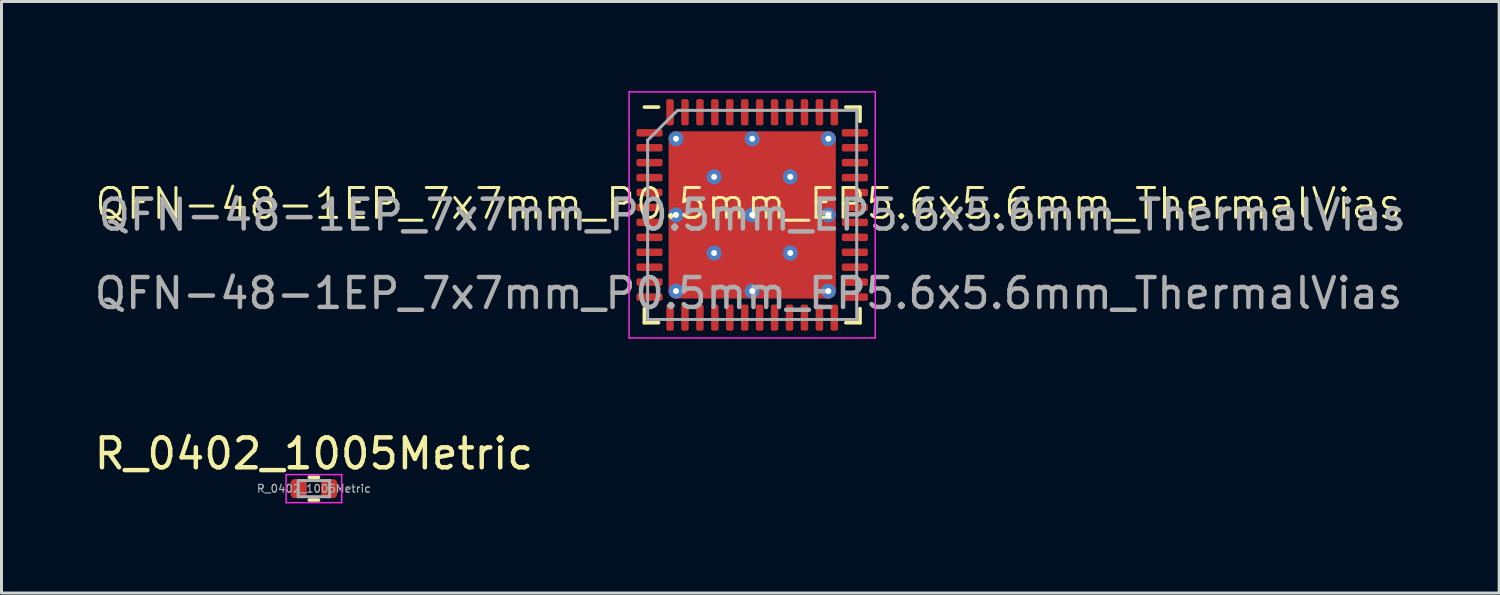
<source format=kicad_pcb>
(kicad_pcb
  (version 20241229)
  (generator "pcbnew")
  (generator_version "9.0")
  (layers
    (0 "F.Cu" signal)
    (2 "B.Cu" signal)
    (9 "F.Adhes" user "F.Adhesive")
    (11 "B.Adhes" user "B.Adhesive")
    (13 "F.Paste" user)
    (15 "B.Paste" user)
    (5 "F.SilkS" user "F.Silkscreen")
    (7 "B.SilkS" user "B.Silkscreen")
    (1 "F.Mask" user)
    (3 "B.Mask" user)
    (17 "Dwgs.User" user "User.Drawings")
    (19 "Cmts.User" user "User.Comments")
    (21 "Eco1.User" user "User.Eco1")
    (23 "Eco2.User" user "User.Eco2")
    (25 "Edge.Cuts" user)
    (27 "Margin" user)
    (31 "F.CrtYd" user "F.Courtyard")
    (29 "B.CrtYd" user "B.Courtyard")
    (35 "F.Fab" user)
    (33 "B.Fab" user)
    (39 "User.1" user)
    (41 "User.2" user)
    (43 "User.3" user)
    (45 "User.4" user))
  (footprint "QFN-48-1EP_7x7mm_P0.5mm_EP5.6x5.6mm_ThermalVias"
    (layer "F.Cu")
    (at 22.006 4.27)
    (property "Reference" "QFN-48-1EP_7x7mm_P0.5mm_EP5.6x5.6mm_ThermalVias" (at 0 -0.5 0) (unlocked yes) (layer "F.SilkS") (effects (font (size 1 1) (thickness 0.1))))
    (attr smd)
    (fp_line (start -3.485 3.485) (end -3.485 3.01) (stroke (width 0.12) (type solid)) (layer "F.SilkS"))
    (fp_line (start -3.01 -3.735) (end -3.485 -3.735) (stroke (width 0.12) (type solid)) (layer "F.SilkS"))
    (fp_line (start -3.01 3.485) (end -3.485 3.485) (stroke (width 0.12) (type solid)) (layer "F.SilkS"))
    (fp_line (start 3.26 -3.735) (end 3.735 -3.735) (stroke (width 0.12) (type solid)) (layer "F.SilkS"))
    (fp_line (start 3.26 3.485) (end 3.735 3.485) (stroke (width 0.12) (type solid)) (layer "F.SilkS"))
    (fp_line (start 3.735 -3.735) (end 3.735 -3.26) (stroke (width 0.12) (type solid)) (layer "F.SilkS"))
    (fp_line (start 3.735 3.485) (end 3.735 3.01) (stroke (width 0.12) (type solid)) (layer "F.SilkS"))
    (fp_line (start -3.995 -4.245) (end -3.995 3.995) (stroke (width 0.05) (type solid)) (layer "F.CrtYd"))
    (fp_line (start -3.995 3.995) (end 4.245 3.995) (stroke (width 0.05) (type solid)) (layer "F.CrtYd"))
    (fp_line (start 4.245 -4.245) (end -3.995 -4.245) (stroke (width 0.05) (type solid)) (layer "F.CrtYd"))
    (fp_line (start 4.245 3.995) (end 4.245 -4.245) (stroke (width 0.05) (type solid)) (layer "F.CrtYd"))
    (fp_line (start -3.375 -2.625) (end -2.375 -3.625) (stroke (width 0.1) (type solid)) (layer "F.Fab"))
    (fp_line (start -3.375 3.375) (end -3.375 -2.625) (stroke (width 0.1) (type solid)) (layer "F.Fab"))
    (fp_line (start -2.375 -3.625) (end 3.625 -3.625) (stroke (width 0.1) (type solid)) (layer "F.Fab"))
    (fp_line (start 3.625 -3.625) (end 3.625 3.375) (stroke (width 0.1) (type solid)) (layer "F.Fab"))
    (fp_line (start 3.625 3.375) (end -3.375 3.375) (stroke (width 0.1) (type solid)) (layer "F.Fab"))
    (fp_text user "${REFERENCE}" (at 0 2.5 0) (unlocked yes) (layer "F.Fab") (effects (font (size 1 1) (thickness 0.15))))
    (fp_text user "${REFERENCE}" (at 0.125 -0.125 0) (layer "F.Fab") (effects (font (size 1 1) (thickness 0.15))))
    (pad "" smd roundrect (at -1.788 -2.038) (size 1.084 1.084) (layers "F.Paste") (roundrect_rratio 0.231))
    (pad "" smd roundrect (at -1.788 -0.762) (size 1.084 1.084) (layers "F.Paste") (roundrect_rratio 0.231))
    (pad "" smd roundrect (at -1.788 0.512) (size 1.084 1.084) (layers "F.Paste") (roundrect_rratio 0.231))
    (pad "" smd roundrect (at -1.788 1.788) (size 1.084 1.084) (layers "F.Paste") (roundrect_rratio 0.231))
    (pad "" smd roundrect (at -0.512 -2.038) (size 1.084 1.084) (layers "F.Paste") (roundrect_rratio 0.231))
    (pad "" smd roundrect (at -0.512 -0.762) (size 1.084 1.084) (layers "F.Paste") (roundrect_rratio 0.231))
    (pad "" smd roundrect (at -0.512 0.512) (size 1.084 1.084) (layers "F.Paste") (roundrect_rratio 0.231))
    (pad "" smd roundrect (at -0.512 1.788) (size 1.084 1.084) (layers "F.Paste") (roundrect_rratio 0.231))
    (pad "" smd roundrect (at 0.762 -2.038) (size 1.084 1.084) (layers "F.Paste") (roundrect_rratio 0.231))
    (pad "" smd roundrect (at 0.762 -0.762) (size 1.084 1.084) (layers "F.Paste") (roundrect_rratio 0.231))
    (pad "" smd roundrect (at 0.762 0.512) (size 1.084 1.084) (layers "F.Paste") (roundrect_rratio 0.231))
    (pad "" smd roundrect (at 0.762 1.788) (size 1.084 1.084) (layers "F.Paste") (roundrect_rratio 0.231))
    (pad "" smd roundrect (at 2.038 -2.038) (size 1.084 1.084) (layers "F.Paste") (roundrect_rratio 0.231))
    (pad "" smd roundrect (at 2.038 -0.762) (size 1.084 1.084) (layers "F.Paste") (roundrect_rratio 0.231))
    (pad "" smd roundrect (at 2.038 0.512) (size 1.084 1.084) (layers "F.Paste") (roundrect_rratio 0.231))
    (pad "" smd roundrect (at 2.038 1.788) (size 1.084 1.084) (layers "F.Paste") (roundrect_rratio 0.231))
    (pad "1" smd roundrect (at -3.312 -2.875) (size 0.875 0.25) (layers "F.Cu" "F.Mask" "F.Paste") (roundrect_rratio 0.25))
    (pad "2" smd roundrect (at -3.312 -2.375) (size 0.875 0.25) (layers "F.Cu" "F.Mask" "F.Paste") (roundrect_rratio 0.25))
    (pad "3" smd roundrect (at -3.312 -1.875) (size 0.875 0.25) (layers "F.Cu" "F.Mask" "F.Paste") (roundrect_rratio 0.25))
    (pad "4" smd roundrect (at -3.312 -1.375) (size 0.875 0.25) (layers "F.Cu" "F.Mask" "F.Paste") (roundrect_rratio 0.25))
    (pad "5" smd roundrect (at -3.312 -0.875) (size 0.875 0.25) (layers "F.Cu" "F.Mask" "F.Paste") (roundrect_rratio 0.25))
    (pad "6" smd roundrect (at -3.312 -0.375) (size 0.875 0.25) (layers "F.Cu" "F.Mask" "F.Paste") (roundrect_rratio 0.25))
    (pad "7" smd roundrect (at -3.312 0.125) (size 0.875 0.25) (layers "F.Cu" "F.Mask" "F.Paste") (roundrect_rratio 0.25))
    (pad "8" smd roundrect (at -3.312 0.625) (size 0.875 0.25) (layers "F.Cu" "F.Mask" "F.Paste") (roundrect_rratio 0.25))
    (pad "9" smd roundrect (at -3.312 1.125) (size 0.875 0.25) (layers "F.Cu" "F.Mask" "F.Paste") (roundrect_rratio 0.25))
    (pad "10" smd roundrect (at -3.312 1.625) (size 0.875 0.25) (layers "F.Cu" "F.Mask" "F.Paste") (roundrect_rratio 0.25))
    (pad "11" smd roundrect (at -3.312 2.125) (size 0.875 0.25) (layers "F.Cu" "F.Mask" "F.Paste") (roundrect_rratio 0.25))
    (pad "12" smd roundrect (at -3.312 2.625) (size 0.875 0.25) (layers "F.Cu" "F.Mask" "F.Paste") (roundrect_rratio 0.25))
    (pad "13" smd roundrect (at -2.625 3.312) (size 0.25 0.875) (layers "F.Cu" "F.Mask" "F.Paste") (roundrect_rratio 0.25))
    (pad "14" smd roundrect (at -2.125 3.312) (size 0.25 0.875) (layers "F.Cu" "F.Mask" "F.Paste") (roundrect_rratio 0.25))
    (pad "15" smd roundrect (at -1.625 3.312) (size 0.25 0.875) (layers "F.Cu" "F.Mask" "F.Paste") (roundrect_rratio 0.25))
    (pad "16" smd roundrect (at -1.125 3.312) (size 0.25 0.875) (layers "F.Cu" "F.Mask" "F.Paste") (roundrect_rratio 0.25))
    (pad "17" smd roundrect (at -0.625 3.312) (size 0.25 0.875) (layers "F.Cu" "F.Mask" "F.Paste") (roundrect_rratio 0.25))
    (pad "18" smd roundrect (at -0.125 3.312) (size 0.25 0.875) (layers "F.Cu" "F.Mask" "F.Paste") (roundrect_rratio 0.25))
    (pad "19" smd roundrect (at 0.375 3.312) (size 0.25 0.875) (layers "F.Cu" "F.Mask" "F.Paste") (roundrect_rratio 0.25))
    (pad "20" smd roundrect (at 0.875 3.312) (size 0.25 0.875) (layers "F.Cu" "F.Mask" "F.Paste") (roundrect_rratio 0.25))
    (pad "21" smd roundrect (at 1.375 3.312) (size 0.25 0.875) (layers "F.Cu" "F.Mask" "F.Paste") (roundrect_rratio 0.25))
    (pad "22" smd roundrect (at 1.875 3.312) (size 0.25 0.875) (layers "F.Cu" "F.Mask" "F.Paste") (roundrect_rratio 0.25))
    (pad "23" smd roundrect (at 2.375 3.312) (size 0.25 0.875) (layers "F.Cu" "F.Mask" "F.Paste") (roundrect_rratio 0.25))
    (pad "24" smd roundrect (at 2.875 3.312) (size 0.25 0.875) (layers "F.Cu" "F.Mask" "F.Paste") (roundrect_rratio 0.25))
    (pad "25" smd roundrect (at 3.562 2.625) (size 0.875 0.25) (layers "F.Cu" "F.Mask" "F.Paste") (roundrect_rratio 0.25))
    (pad "26" smd roundrect (at 3.562 2.125) (size 0.875 0.25) (layers "F.Cu" "F.Mask" "F.Paste") (roundrect_rratio 0.25))
    (pad "27" smd roundrect (at 3.562 1.625) (size 0.875 0.25) (layers "F.Cu" "F.Mask" "F.Paste") (roundrect_rratio 0.25))
    (pad "28" smd roundrect (at 3.562 1.125) (size 0.875 0.25) (layers "F.Cu" "F.Mask" "F.Paste") (roundrect_rratio 0.25))
    (pad "29" smd roundrect (at 3.562 0.625) (size 0.875 0.25) (layers "F.Cu" "F.Mask" "F.Paste") (roundrect_rratio 0.25))
    (pad "30" smd roundrect (at 3.562 0.125) (size 0.875 0.25) (layers "F.Cu" "F.Mask" "F.Paste") (roundrect_rratio 0.25))
    (pad "31" smd roundrect (at 3.562 -0.375) (size 0.875 0.25) (layers "F.Cu" "F.Mask" "F.Paste") (roundrect_rratio 0.25))
    (pad "32" smd roundrect (at 3.562 -0.875) (size 0.875 0.25) (layers "F.Cu" "F.Mask" "F.Paste") (roundrect_rratio 0.25))
    (pad "33" smd roundrect (at 3.562 -1.375) (size 0.875 0.25) (layers "F.Cu" "F.Mask" "F.Paste") (roundrect_rratio 0.25))
    (pad "34" smd roundrect (at 3.562 -1.875) (size 0.875 0.25) (layers "F.Cu" "F.Mask" "F.Paste") (roundrect_rratio 0.25))
    (pad "35" smd roundrect (at 3.562 -2.375) (size 0.875 0.25) (layers "F.Cu" "F.Mask" "F.Paste") (roundrect_rratio 0.25))
    (pad "36" smd roundrect (at 3.562 -2.875) (size 0.875 0.25) (layers "F.Cu" "F.Mask" "F.Paste") (roundrect_rratio 0.25))
    (pad "37" smd roundrect (at 2.875 -3.562) (size 0.25 0.875) (layers "F.Cu" "F.Mask" "F.Paste") (roundrect_rratio 0.25))
    (pad "38" smd roundrect (at 2.375 -3.562) (size 0.25 0.875) (layers "F.Cu" "F.Mask" "F.Paste") (roundrect_rratio 0.25))
    (pad "39" smd roundrect (at 1.875 -3.562) (size 0.25 0.875) (layers "F.Cu" "F.Mask" "F.Paste") (roundrect_rratio 0.25))
    (pad "40" smd roundrect (at 1.375 -3.562) (size 0.25 0.875) (layers "F.Cu" "F.Mask" "F.Paste") (roundrect_rratio 0.25))
    (pad "41" smd roundrect (at 0.875 -3.562) (size 0.25 0.875) (layers "F.Cu" "F.Mask" "F.Paste") (roundrect_rratio 0.25))
    (pad "42" smd roundrect (at 0.375 -3.562) (size 0.25 0.875) (layers "F.Cu" "F.Mask" "F.Paste") (roundrect_rratio 0.25))
    (pad "43" smd roundrect (at -0.125 -3.562) (size 0.25 0.875) (layers "F.Cu" "F.Mask" "F.Paste") (roundrect_rratio 0.25))
    (pad "44" smd roundrect (at -0.625 -3.562) (size 0.25 0.875) (layers "F.Cu" "F.Mask" "F.Paste") (roundrect_rratio 0.25))
    (pad "45" smd roundrect (at -1.125 -3.562) (size 0.25 0.875) (layers "F.Cu" "F.Mask" "F.Paste") (roundrect_rratio 0.25))
    (pad "46" smd roundrect (at -1.625 -3.562) (size 0.25 0.875) (layers "F.Cu" "F.Mask" "F.Paste") (roundrect_rratio 0.25))
    (pad "47" smd roundrect (at -2.125 -3.562) (size 0.25 0.875) (layers "F.Cu" "F.Mask" "F.Paste") (roundrect_rratio 0.25))
    (pad "48" smd roundrect (at -2.625 -3.562) (size 0.25 0.875) (layers "F.Cu" "F.Mask" "F.Paste") (roundrect_rratio 0.25))
    (pad "49" thru_hole circle (at -2.425 -2.675) (size 0.5 0.5) (drill 0.2) (layers "*.Cu"))
    (pad "49" thru_hole circle (at -2.425 -0.125) (size 0.5 0.5) (drill 0.2) (layers "*.Cu"))
    (pad "49" thru_hole circle (at -2.425 2.425) (size 0.5 0.5) (drill 0.2) (layers "*.Cu"))
    (pad "49" thru_hole circle (at -1.15 -1.4) (size 0.5 0.5) (drill 0.2) (layers "*.Cu"))
    (pad "49" thru_hole circle (at -1.15 1.15) (size 0.5 0.5) (drill 0.2) (layers "*.Cu"))
    (pad "49" thru_hole circle (at 0.125 -2.675) (size 0.5 0.5) (drill 0.2) (layers "*.Cu"))
    (pad "49" thru_hole circle (at 0.125 -0.125) (size 0.5 0.5) (drill 0.2) (layers "*.Cu"))
    (pad "49" smd roundrect (at 0.125 -0.125) (size 5.6 5.6) (layers "F.Cu" "F.Mask") (roundrect_rratio 0.045))
    (pad "49" thru_hole circle (at 0.125 2.425) (size 0.5 0.5) (drill 0.2) (layers "*.Cu"))
    (pad "49" thru_hole circle (at 1.4 -1.4) (size 0.5 0.5) (drill 0.2) (layers "*.Cu"))
    (pad "49" thru_hole circle (at 1.4 1.15) (size 0.5 0.5) (drill 0.2) (layers "*.Cu"))
    (pad "49" thru_hole circle (at 2.675 -2.675) (size 0.5 0.5) (drill 0.2) (layers "*.Cu"))
    (pad "49" thru_hole circle (at 2.675 -0.125) (size 0.5 0.5) (drill 0.2) (layers "*.Cu"))
    (pad "49" thru_hole circle (at 2.675 2.425) (size 0.5 0.5) (drill 0.2) (layers "*.Cu")))
  (footprint "R_0402_1005Metric"
    (layer "F.Cu")
    (at 7.458 13.308)
    (property "Reference" "R_0402_1005Metric" (at 0 -1.17 0) (layer "F.SilkS") (effects (font (size 1 1) (thickness 0.15))))
    (attr smd)
    (fp_line (start -0.154 -0.38) (end 0.154 -0.38) (stroke (width 0.12) (type solid)) (layer "F.SilkS"))
    (fp_line (start -0.154 0.38) (end 0.154 0.38) (stroke (width 0.12) (type solid)) (layer "F.SilkS"))
    (fp_line (start -0.93 -0.47) (end 0.93 -0.47) (stroke (width 0.05) (type solid)) (layer "F.CrtYd"))
    (fp_line (start -0.93 0.47) (end -0.93 -0.47) (stroke (width 0.05) (type solid)) (layer "F.CrtYd"))
    (fp_line (start 0.93 -0.47) (end 0.93 0.47) (stroke (width 0.05) (type solid)) (layer "F.CrtYd"))
    (fp_line (start 0.93 0.47) (end -0.93 0.47) (stroke (width 0.05) (type solid)) (layer "F.CrtYd"))
    (fp_line (start -0.525 -0.27) (end 0.525 -0.27) (stroke (width 0.1) (type solid)) (layer "F.Fab"))
    (fp_line (start -0.525 0.27) (end -0.525 -0.27) (stroke (width 0.1) (type solid)) (layer "F.Fab"))
    (fp_line (start 0.525 -0.27) (end 0.525 0.27) (stroke (width 0.1) (type solid)) (layer "F.Fab"))
    (fp_line (start 0.525 0.27) (end -0.525 0.27) (stroke (width 0.1) (type solid)) (layer "F.Fab"))
    (fp_text user "${REFERENCE}" (at 0 0 0) (layer "F.Fab") (effects (font (size 0.26 0.26) (thickness 0.04))))
    (pad "1" smd roundrect (at -0.51 0) (size 0.54 0.64) (layers "F.Cu" "F.Mask" "F.Paste") (roundrect_rratio 0.25))
    (pad "2" smd roundrect (at 0.51 0) (size 0.54 0.64) (layers "F.Cu" "F.Mask" "F.Paste") (roundrect_rratio 0.25)))
  (gr_rect
    (start -3 -3)
    (end 47.137 16.803)
    (stroke (width 0.1) (type default))
    (fill no)
    (layer "Edge.Cuts")))
</source>
